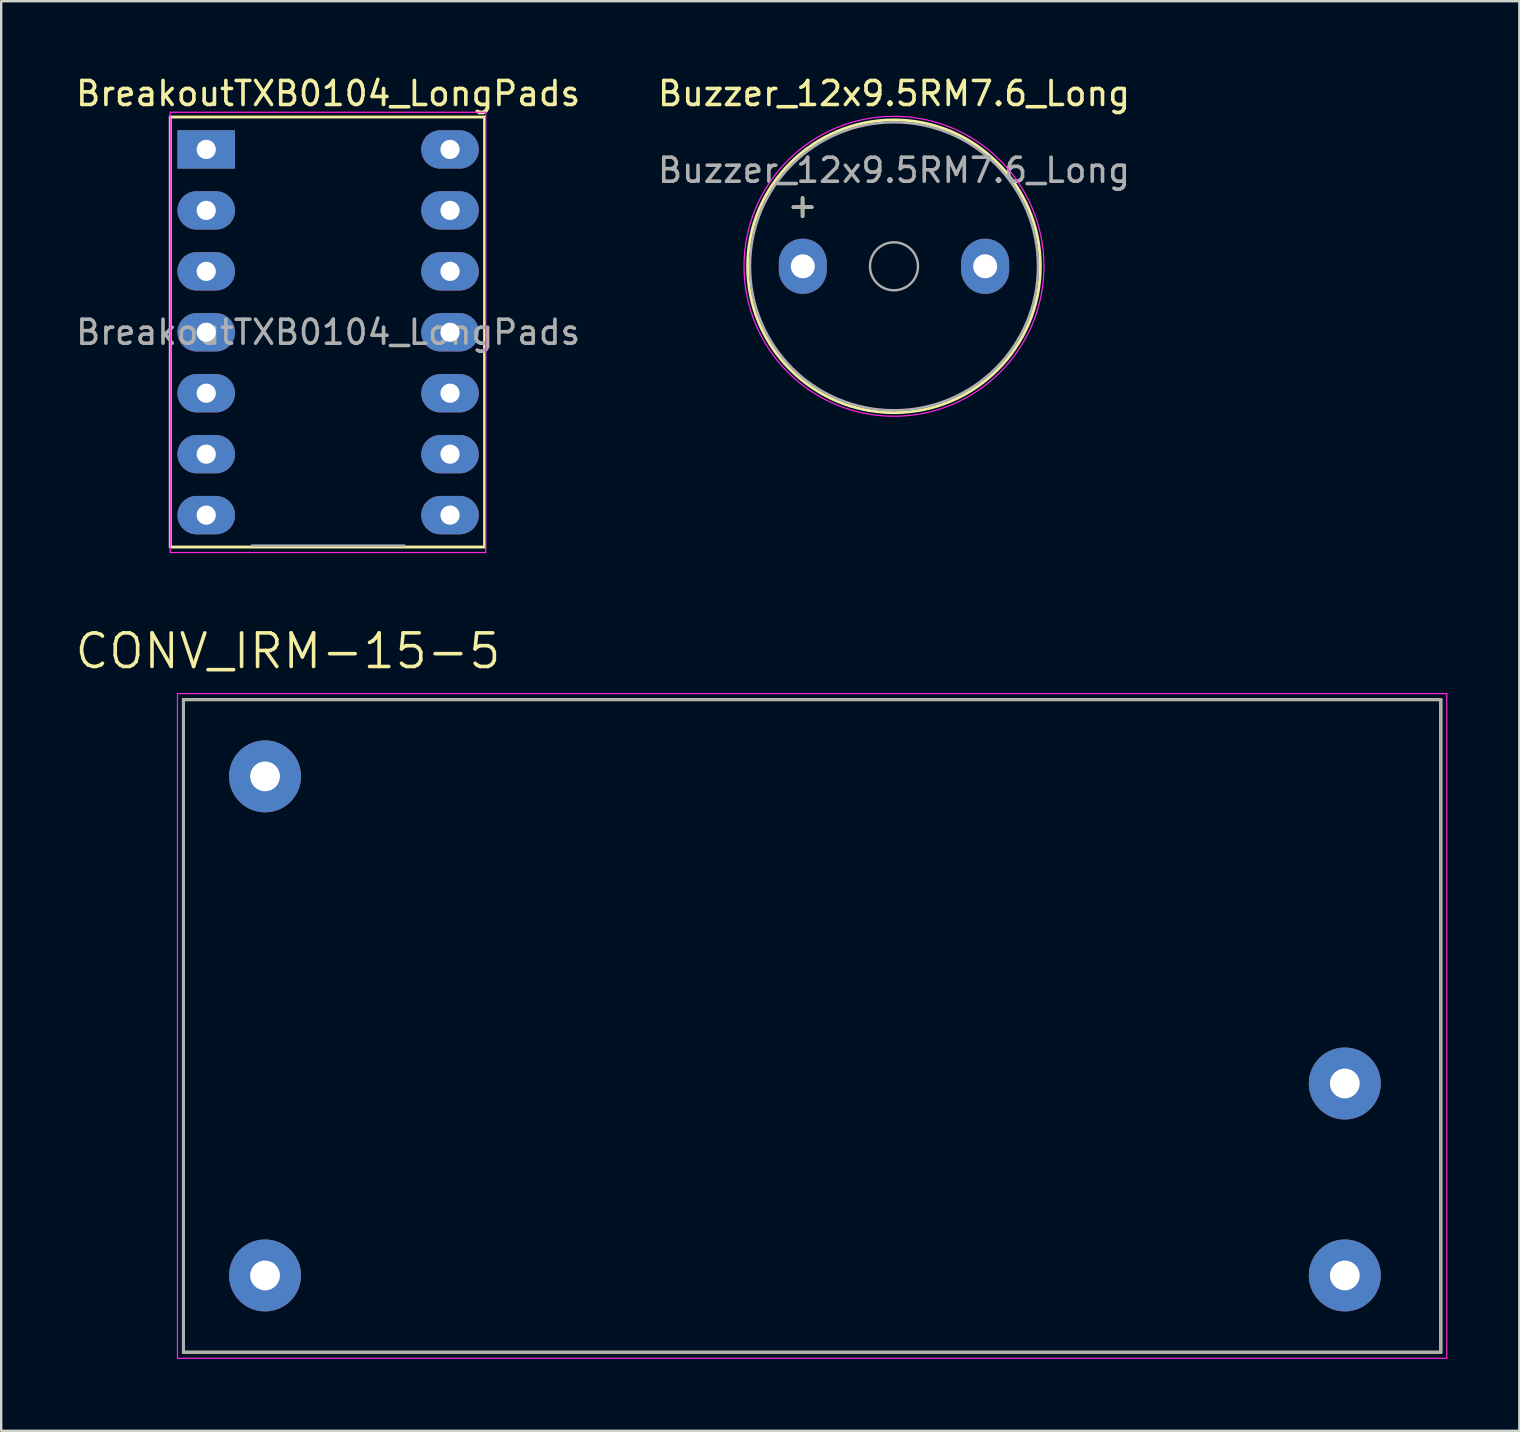
<source format=kicad_pcb>
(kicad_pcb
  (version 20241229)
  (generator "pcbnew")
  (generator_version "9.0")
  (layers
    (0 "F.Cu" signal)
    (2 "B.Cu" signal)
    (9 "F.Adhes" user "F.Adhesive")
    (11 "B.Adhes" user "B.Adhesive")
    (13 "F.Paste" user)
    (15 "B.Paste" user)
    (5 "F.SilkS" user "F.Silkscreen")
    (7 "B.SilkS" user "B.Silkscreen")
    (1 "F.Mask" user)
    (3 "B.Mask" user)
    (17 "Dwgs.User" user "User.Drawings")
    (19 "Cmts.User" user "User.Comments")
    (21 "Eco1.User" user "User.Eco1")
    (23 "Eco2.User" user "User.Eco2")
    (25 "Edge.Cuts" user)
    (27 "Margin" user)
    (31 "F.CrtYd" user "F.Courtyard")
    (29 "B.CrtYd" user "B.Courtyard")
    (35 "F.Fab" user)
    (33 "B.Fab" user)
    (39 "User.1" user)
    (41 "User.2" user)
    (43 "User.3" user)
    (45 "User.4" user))
  (footprint "Buzzer_12x9.5RM7.6_Long"
    (layer "F.Cu")
    (at 30.408 8.048)
    (property "Reference" "Buzzer_12x9.5RM7.6_Long" (at 3.8 -7.2 0) (layer "F.SilkS") (effects (font (size 1 1) (thickness 0.15))))
    (attr through_hole)
    (fp_circle (center 3.8 0) (end 9.9 0) (stroke (width 0.12) (type solid)) (fill no) (layer "F.SilkS"))
    (fp_circle (center 3.8 0) (end 10.05 0) (stroke (width 0.05) (type solid)) (fill no) (layer "F.CrtYd"))
    (fp_circle (center 3.8 0) (end 4.8 0) (stroke (width 0.1) (type solid)) (fill no) (layer "F.Fab"))
    (fp_circle (center 3.8 0) (end 9.8 0) (stroke (width 0.1) (type solid)) (fill no) (layer "F.Fab"))
    (fp_text user "+" (at -0.01 -2.54 0) (layer "F.SilkS") (effects (font (size 1 1) (thickness 0.15))))
    (fp_text user "${REFERENCE}" (at 3.8 -4 0) (layer "F.Fab") (effects (font (size 1 1) (thickness 0.15))))
    (fp_text user "+" (at -0.01 -2.54 0) (layer "F.Fab") (effects (font (size 1 1) (thickness 0.15))))
    (pad "1" thru_hole oval (at 0 0) (size 2 2.3) (drill 1) (layers "*.Cu" "*.Mask"))
    (pad "2" thru_hole oval (at 7.6 0) (size 2 2.3) (drill 1) (layers "*.Cu" "*.Mask")))
  (footprint "BreakoutTXB0104_LongPads"
    (layer "F.Cu")
    (at 5.545 3.178)
    (property "Reference" "BreakoutTXB0104_LongPads" (at 5.08 -2.33 0) (layer "F.SilkS") (effects (font (size 1 1) (thickness 0.15))))
    (attr through_hole)
    (fp_line (start -1.5 -1.35) (end -1.5 16.55) (stroke (width 0.12) (type solid)) (layer "F.SilkS"))
    (fp_line (start -1.5 16.57) (end 11.6 16.57) (stroke (width 0.12) (type solid)) (layer "F.SilkS"))
    (fp_line (start 11.6 -1.35) (end -1.5 -1.35) (stroke (width 0.12) (type solid)) (layer "F.SilkS"))
    (fp_line (start 11.6 16.55) (end 11.6 -1.35) (stroke (width 0.12) (type solid)) (layer "F.SilkS"))
    (fp_line (start -1.5 -1.55) (end -1.5 16.8) (stroke (width 0.05) (type solid)) (layer "F.CrtYd"))
    (fp_line (start -1.5 16.8) (end 11.65 16.8) (stroke (width 0.05) (type solid)) (layer "F.CrtYd"))
    (fp_line (start 11.65 -1.55) (end -1.5 -1.55) (stroke (width 0.05) (type solid)) (layer "F.CrtYd"))
    (fp_line (start 11.65 16.8) (end 11.65 -1.55) (stroke (width 0.05) (type solid)) (layer "F.CrtYd"))
    (fp_line (start 8.255 16.51) (end 1.905 16.51) (stroke (width 0.1) (type solid)) (layer "F.Fab"))
    (fp_text user "${REFERENCE}" (at 5.08 7.62 0) (layer "F.Fab") (effects (font (size 1 1) (thickness 0.15))))
    (pad "A1" thru_hole oval (at 0 2.54) (size 2.4 1.6) (drill 0.8) (layers "*.Cu" "*.Mask"))
    (pad "A2" thru_hole oval (at 0 5.08) (size 2.4 1.6) (drill 0.8) (layers "*.Cu" "*.Mask"))
    (pad "A3" thru_hole oval (at 0 7.62) (size 2.4 1.6) (drill 0.8) (layers "*.Cu" "*.Mask"))
    (pad "A4" thru_hole oval (at 0 10.16) (size 2.4 1.6) (drill 0.8) (layers "*.Cu" "*.Mask"))
    (pad "B1" thru_hole oval (at 10.16 2.54) (size 2.4 1.6) (drill 0.8) (layers "*.Cu" "*.Mask"))
    (pad "B2" thru_hole oval (at 10.16 5.08) (size 2.4 1.6) (drill 0.8) (layers "*.Cu" "*.Mask"))
    (pad "B3" thru_hole oval (at 10.16 7.62) (size 2.4 1.6) (drill 0.8) (layers "*.Cu" "*.Mask"))
    (pad "B4" thru_hole oval (at 10.16 10.16) (size 2.4 1.6) (drill 0.8) (layers "*.Cu" "*.Mask"))
    (pad "GND" thru_hole oval (at 0 15.24) (size 2.4 1.6) (drill 0.8) (layers "*.Cu" "*.Mask"))
    (pad "GND" thru_hole oval (at 10.16 15.24) (size 2.4 1.6) (drill 0.8) (layers "*.Cu" "*.Mask"))
    (pad "OE" thru_hole rect (at 0 0) (size 2.4 1.6) (drill 0.8) (layers "*.Cu" "*.Mask"))
    (pad "OE" thru_hole oval (at 10.16 0) (size 2.4 1.6) (drill 0.8) (layers "*.Cu" "*.Mask"))
    (pad "VccA" thru_hole oval (at 0 12.7) (size 2.4 1.6) (drill 0.8) (layers "*.Cu" "*.Mask"))
    (pad "VccB" thru_hole oval (at 10.16 12.7) (size 2.4 1.6) (drill 0.8) (layers "*.Cu" "*.Mask")))
  (footprint "CONV_IRM-15-5"
    (layer "F.Cu")
    (at 30.796 39.706)
    (property "Reference" "CONV_IRM-15-5" (at -21.844 -15.621 0) (layer "F.SilkS") (effects (font (size 1.4 1.4) (thickness 0.15))))
    (attr through_hole)
    (fp_line (start -26.2 -13.6) (end 26.2 -13.6) (stroke (width 0.127) (type solid)) (layer "F.SilkS"))
    (fp_line (start -26.2 13.6) (end -26.2 -13.6) (stroke (width 0.127) (type solid)) (layer "F.SilkS"))
    (fp_line (start 26.2 -13.6) (end 26.2 13.6) (stroke (width 0.127) (type solid)) (layer "F.SilkS"))
    (fp_line (start 26.2 13.6) (end -26.2 13.6) (stroke (width 0.127) (type solid)) (layer "F.SilkS"))
    (fp_line (start -26.45 -13.85) (end 26.45 -13.85) (stroke (width 0.05) (type solid)) (layer "F.CrtYd"))
    (fp_line (start -26.45 13.85) (end -26.45 -13.85) (stroke (width 0.05) (type solid)) (layer "F.CrtYd"))
    (fp_line (start 26.45 -13.85) (end 26.45 13.85) (stroke (width 0.05) (type solid)) (layer "F.CrtYd"))
    (fp_line (start 26.45 13.85) (end -26.45 13.85) (stroke (width 0.05) (type solid)) (layer "F.CrtYd"))
    (fp_line (start -26.2 -13.6) (end 26.2 -13.6) (stroke (width 0.127) (type solid)) (layer "F.Fab"))
    (fp_line (start -26.2 13.6) (end -26.2 -13.6) (stroke (width 0.127) (type solid)) (layer "F.Fab"))
    (fp_line (start 26.2 -13.6) (end 26.2 13.6) (stroke (width 0.127) (type solid)) (layer "F.Fab"))
    (fp_line (start 26.2 13.6) (end -26.2 13.6) (stroke (width 0.127) (type solid)) (layer "F.Fab"))
    (pad "+V" thru_hole circle (at 22.2 2.4) (size 3 3) (drill 1.24) (layers "*.Cu" "*.Mask"))
    (pad "-V" thru_hole circle (at 22.2 10.4) (size 3 3) (drill 1.24) (layers "*.Cu" "*.Mask"))
    (pad "AC/L" thru_hole circle (at -22.8 -10.4) (size 3 3) (drill 1.24) (layers "*.Cu" "*.Mask"))
    (pad "AC/N" thru_hole circle (at -22.8 10.4) (size 3 3) (drill 1.24) (layers "*.Cu" "*.Mask")))
  (gr_rect
    (start -3 -3)
    (end 60.271 56.581)
    (stroke (width 0.1) (type default))
    (fill no)
    (layer "Edge.Cuts")))
</source>
